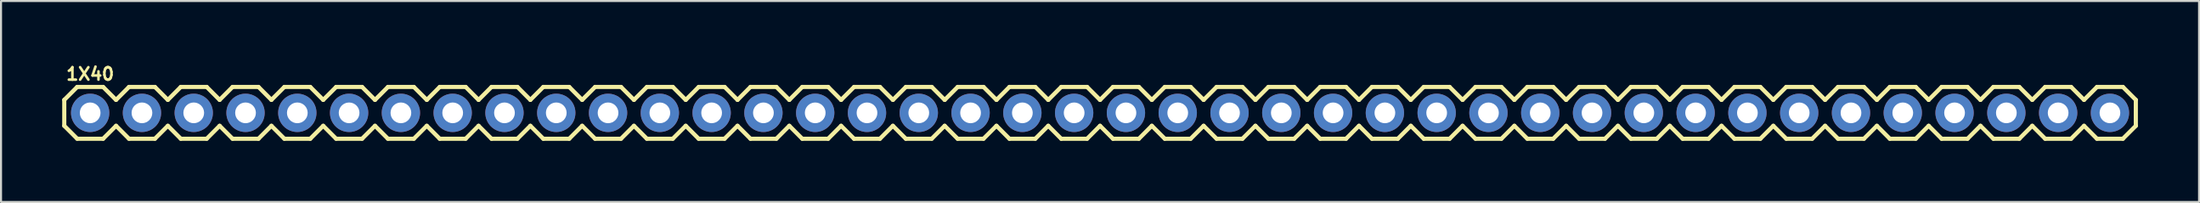
<source format=kicad_pcb>
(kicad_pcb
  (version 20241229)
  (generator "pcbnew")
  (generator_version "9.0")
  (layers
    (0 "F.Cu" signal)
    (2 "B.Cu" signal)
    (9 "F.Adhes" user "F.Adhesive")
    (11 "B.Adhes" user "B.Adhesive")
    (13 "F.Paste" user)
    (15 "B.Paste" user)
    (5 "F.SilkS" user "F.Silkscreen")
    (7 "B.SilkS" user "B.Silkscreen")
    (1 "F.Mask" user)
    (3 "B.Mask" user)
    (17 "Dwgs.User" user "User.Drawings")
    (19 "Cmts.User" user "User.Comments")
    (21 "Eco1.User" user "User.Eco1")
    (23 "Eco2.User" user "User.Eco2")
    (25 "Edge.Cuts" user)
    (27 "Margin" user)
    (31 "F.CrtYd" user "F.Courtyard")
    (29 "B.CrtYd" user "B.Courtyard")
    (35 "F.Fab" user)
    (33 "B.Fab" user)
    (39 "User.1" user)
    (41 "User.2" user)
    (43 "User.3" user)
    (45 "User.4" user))
  (footprint "1X40"
    (layer "F.Cu")
    (at 1.372 2.485)
    (property "Reference" "1X40" (at 0 -1.905 0) (layer "F.SilkS") (effects (font (size 0.61 0.61) (thickness 0.127))))
    (attr exclude_from_pos_files exclude_from_bom)
    (fp_line (start -1.27 -0.635) (end -1.27 0.635) (stroke (width 0.203) (type solid)) (layer "F.SilkS"))
    (fp_line (start -1.27 0.635) (end -0.635 1.27) (stroke (width 0.203) (type solid)) (layer "F.SilkS"))
    (fp_line (start -0.635 -1.27) (end -1.27 -0.635) (stroke (width 0.203) (type solid)) (layer "F.SilkS"))
    (fp_line (start -0.635 -1.27) (end 0.635 -1.27) (stroke (width 0.203) (type solid)) (layer "F.SilkS"))
    (fp_line (start 0.635 -1.27) (end 1.27 -0.635) (stroke (width 0.203) (type solid)) (layer "F.SilkS"))
    (fp_line (start 0.635 1.27) (end -0.635 1.27) (stroke (width 0.203) (type solid)) (layer "F.SilkS"))
    (fp_line (start 1.27 -0.635) (end 1.905 -1.27) (stroke (width 0.203) (type solid)) (layer "F.SilkS"))
    (fp_line (start 1.27 0.635) (end 0.635 1.27) (stroke (width 0.203) (type solid)) (layer "F.SilkS"))
    (fp_line (start 1.905 -1.27) (end 3.175 -1.27) (stroke (width 0.203) (type solid)) (layer "F.SilkS"))
    (fp_line (start 1.905 1.27) (end 1.27 0.635) (stroke (width 0.203) (type solid)) (layer "F.SilkS"))
    (fp_line (start 3.175 -1.27) (end 3.81 -0.635) (stroke (width 0.203) (type solid)) (layer "F.SilkS"))
    (fp_line (start 3.175 1.27) (end 1.905 1.27) (stroke (width 0.203) (type solid)) (layer "F.SilkS"))
    (fp_line (start 3.81 -0.635) (end 4.445 -1.27) (stroke (width 0.203) (type solid)) (layer "F.SilkS"))
    (fp_line (start 3.81 0.635) (end 3.175 1.27) (stroke (width 0.203) (type solid)) (layer "F.SilkS"))
    (fp_line (start 4.445 -1.27) (end 5.715 -1.27) (stroke (width 0.203) (type solid)) (layer "F.SilkS"))
    (fp_line (start 4.445 1.27) (end 3.81 0.635) (stroke (width 0.203) (type solid)) (layer "F.SilkS"))
    (fp_line (start 5.715 -1.27) (end 6.35 -0.635) (stroke (width 0.203) (type solid)) (layer "F.SilkS"))
    (fp_line (start 5.715 1.27) (end 4.445 1.27) (stroke (width 0.203) (type solid)) (layer "F.SilkS"))
    (fp_line (start 6.35 0.635) (end 5.715 1.27) (stroke (width 0.203) (type solid)) (layer "F.SilkS"))
    (fp_line (start 6.35 0.635) (end 6.985 1.27) (stroke (width 0.203) (type solid)) (layer "F.SilkS"))
    (fp_line (start 6.985 -1.27) (end 6.35 -0.635) (stroke (width 0.203) (type solid)) (layer "F.SilkS"))
    (fp_line (start 6.985 -1.27) (end 8.255 -1.27) (stroke (width 0.203) (type solid)) (layer "F.SilkS"))
    (fp_line (start 8.255 -1.27) (end 8.89 -0.635) (stroke (width 0.203) (type solid)) (layer "F.SilkS"))
    (fp_line (start 8.255 1.27) (end 6.985 1.27) (stroke (width 0.203) (type solid)) (layer "F.SilkS"))
    (fp_line (start 8.89 -0.635) (end 9.525 -1.27) (stroke (width 0.203) (type solid)) (layer "F.SilkS"))
    (fp_line (start 8.89 0.635) (end 8.255 1.27) (stroke (width 0.203) (type solid)) (layer "F.SilkS"))
    (fp_line (start 9.525 -1.27) (end 10.795 -1.27) (stroke (width 0.203) (type solid)) (layer "F.SilkS"))
    (fp_line (start 9.525 1.27) (end 8.89 0.635) (stroke (width 0.203) (type solid)) (layer "F.SilkS"))
    (fp_line (start 10.795 -1.27) (end 11.43 -0.635) (stroke (width 0.203) (type solid)) (layer "F.SilkS"))
    (fp_line (start 10.795 1.27) (end 9.525 1.27) (stroke (width 0.203) (type solid)) (layer "F.SilkS"))
    (fp_line (start 11.43 -0.635) (end 12.065 -1.27) (stroke (width 0.203) (type solid)) (layer "F.SilkS"))
    (fp_line (start 11.43 0.635) (end 10.795 1.27) (stroke (width 0.203) (type solid)) (layer "F.SilkS"))
    (fp_line (start 12.065 -1.27) (end 13.335 -1.27) (stroke (width 0.203) (type solid)) (layer "F.SilkS"))
    (fp_line (start 12.065 1.27) (end 11.43 0.635) (stroke (width 0.203) (type solid)) (layer "F.SilkS"))
    (fp_line (start 13.335 -1.27) (end 13.97 -0.635) (stroke (width 0.203) (type solid)) (layer "F.SilkS"))
    (fp_line (start 13.335 1.27) (end 12.065 1.27) (stroke (width 0.203) (type solid)) (layer "F.SilkS"))
    (fp_line (start 13.97 0.635) (end 13.335 1.27) (stroke (width 0.203) (type solid)) (layer "F.SilkS"))
    (fp_line (start 13.97 0.635) (end 14.605 1.27) (stroke (width 0.203) (type solid)) (layer "F.SilkS"))
    (fp_line (start 14.605 -1.27) (end 13.97 -0.635) (stroke (width 0.203) (type solid)) (layer "F.SilkS"))
    (fp_line (start 14.605 -1.27) (end 15.875 -1.27) (stroke (width 0.203) (type solid)) (layer "F.SilkS"))
    (fp_line (start 15.875 -1.27) (end 16.51 -0.635) (stroke (width 0.203) (type solid)) (layer "F.SilkS"))
    (fp_line (start 15.875 1.27) (end 14.605 1.27) (stroke (width 0.203) (type solid)) (layer "F.SilkS"))
    (fp_line (start 16.51 0.635) (end 15.875 1.27) (stroke (width 0.203) (type solid)) (layer "F.SilkS"))
    (fp_line (start 16.51 0.635) (end 17.145 1.27) (stroke (width 0.203) (type solid)) (layer "F.SilkS"))
    (fp_line (start 17.145 -1.27) (end 16.51 -0.635) (stroke (width 0.203) (type solid)) (layer "F.SilkS"))
    (fp_line (start 17.145 -1.27) (end 18.415 -1.27) (stroke (width 0.203) (type solid)) (layer "F.SilkS"))
    (fp_line (start 18.415 -1.27) (end 19.05 -0.635) (stroke (width 0.203) (type solid)) (layer "F.SilkS"))
    (fp_line (start 18.415 1.27) (end 17.145 1.27) (stroke (width 0.203) (type solid)) (layer "F.SilkS"))
    (fp_line (start 19.05 -0.635) (end 19.685 -1.27) (stroke (width 0.203) (type solid)) (layer "F.SilkS"))
    (fp_line (start 19.05 0.635) (end 18.415 1.27) (stroke (width 0.203) (type solid)) (layer "F.SilkS"))
    (fp_line (start 19.685 -1.27) (end 20.955 -1.27) (stroke (width 0.203) (type solid)) (layer "F.SilkS"))
    (fp_line (start 19.685 1.27) (end 19.05 0.635) (stroke (width 0.203) (type solid)) (layer "F.SilkS"))
    (fp_line (start 20.955 -1.27) (end 21.59 -0.635) (stroke (width 0.203) (type solid)) (layer "F.SilkS"))
    (fp_line (start 20.955 1.27) (end 19.685 1.27) (stroke (width 0.203) (type solid)) (layer "F.SilkS"))
    (fp_line (start 21.59 -0.635) (end 22.225 -1.27) (stroke (width 0.203) (type solid)) (layer "F.SilkS"))
    (fp_line (start 21.59 0.635) (end 20.955 1.27) (stroke (width 0.203) (type solid)) (layer "F.SilkS"))
    (fp_line (start 22.225 -1.27) (end 23.495 -1.27) (stroke (width 0.203) (type solid)) (layer "F.SilkS"))
    (fp_line (start 22.225 1.27) (end 21.59 0.635) (stroke (width 0.203) (type solid)) (layer "F.SilkS"))
    (fp_line (start 23.495 -1.27) (end 24.13 -0.635) (stroke (width 0.203) (type solid)) (layer "F.SilkS"))
    (fp_line (start 23.495 1.27) (end 22.225 1.27) (stroke (width 0.203) (type solid)) (layer "F.SilkS"))
    (fp_line (start 24.13 0.635) (end 23.495 1.27) (stroke (width 0.203) (type solid)) (layer "F.SilkS"))
    (fp_line (start 24.13 0.635) (end 24.765 1.27) (stroke (width 0.203) (type solid)) (layer "F.SilkS"))
    (fp_line (start 24.765 -1.27) (end 24.13 -0.635) (stroke (width 0.203) (type solid)) (layer "F.SilkS"))
    (fp_line (start 24.765 -1.27) (end 26.035 -1.27) (stroke (width 0.203) (type solid)) (layer "F.SilkS"))
    (fp_line (start 26.035 -1.27) (end 26.67 -0.635) (stroke (width 0.203) (type solid)) (layer "F.SilkS"))
    (fp_line (start 26.035 1.27) (end 24.765 1.27) (stroke (width 0.203) (type solid)) (layer "F.SilkS"))
    (fp_line (start 26.67 -0.635) (end 27.305 -1.27) (stroke (width 0.203) (type solid)) (layer "F.SilkS"))
    (fp_line (start 26.67 0.635) (end 26.035 1.27) (stroke (width 0.203) (type solid)) (layer "F.SilkS"))
    (fp_line (start 27.305 -1.27) (end 28.575 -1.27) (stroke (width 0.203) (type solid)) (layer "F.SilkS"))
    (fp_line (start 27.305 1.27) (end 26.67 0.635) (stroke (width 0.203) (type solid)) (layer "F.SilkS"))
    (fp_line (start 28.575 -1.27) (end 29.21 -0.635) (stroke (width 0.203) (type solid)) (layer "F.SilkS"))
    (fp_line (start 28.575 1.27) (end 27.305 1.27) (stroke (width 0.203) (type solid)) (layer "F.SilkS"))
    (fp_line (start 29.21 -0.635) (end 29.845 -1.27) (stroke (width 0.203) (type solid)) (layer "F.SilkS"))
    (fp_line (start 29.21 0.635) (end 28.575 1.27) (stroke (width 0.203) (type solid)) (layer "F.SilkS"))
    (fp_line (start 29.845 -1.27) (end 31.115 -1.27) (stroke (width 0.203) (type solid)) (layer "F.SilkS"))
    (fp_line (start 29.845 1.27) (end 29.21 0.635) (stroke (width 0.203) (type solid)) (layer "F.SilkS"))
    (fp_line (start 31.115 -1.27) (end 31.75 -0.635) (stroke (width 0.203) (type solid)) (layer "F.SilkS"))
    (fp_line (start 31.115 1.27) (end 29.845 1.27) (stroke (width 0.203) (type solid)) (layer "F.SilkS"))
    (fp_line (start 31.75 0.635) (end 31.115 1.27) (stroke (width 0.203) (type solid)) (layer "F.SilkS"))
    (fp_line (start 31.75 0.635) (end 32.385 1.27) (stroke (width 0.203) (type solid)) (layer "F.SilkS"))
    (fp_line (start 32.385 -1.27) (end 31.75 -0.635) (stroke (width 0.203) (type solid)) (layer "F.SilkS"))
    (fp_line (start 32.385 -1.27) (end 33.655 -1.27) (stroke (width 0.203) (type solid)) (layer "F.SilkS"))
    (fp_line (start 33.655 -1.27) (end 34.29 -0.635) (stroke (width 0.203) (type solid)) (layer "F.SilkS"))
    (fp_line (start 33.655 1.27) (end 32.385 1.27) (stroke (width 0.203) (type solid)) (layer "F.SilkS"))
    (fp_line (start 34.29 0.635) (end 33.655 1.27) (stroke (width 0.203) (type solid)) (layer "F.SilkS"))
    (fp_line (start 34.29 0.635) (end 34.925 1.27) (stroke (width 0.203) (type solid)) (layer "F.SilkS"))
    (fp_line (start 34.925 -1.27) (end 34.29 -0.635) (stroke (width 0.203) (type solid)) (layer "F.SilkS"))
    (fp_line (start 34.925 -1.27) (end 36.195 -1.27) (stroke (width 0.203) (type solid)) (layer "F.SilkS"))
    (fp_line (start 36.195 -1.27) (end 36.83 -0.635) (stroke (width 0.203) (type solid)) (layer "F.SilkS"))
    (fp_line (start 36.195 1.27) (end 34.925 1.27) (stroke (width 0.203) (type solid)) (layer "F.SilkS"))
    (fp_line (start 36.83 0.635) (end 36.195 1.27) (stroke (width 0.203) (type solid)) (layer "F.SilkS"))
    (fp_line (start 36.83 0.635) (end 37.465 1.27) (stroke (width 0.203) (type solid)) (layer "F.SilkS"))
    (fp_line (start 37.465 -1.27) (end 36.83 -0.635) (stroke (width 0.203) (type solid)) (layer "F.SilkS"))
    (fp_line (start 37.465 -1.27) (end 38.735 -1.27) (stroke (width 0.203) (type solid)) (layer "F.SilkS"))
    (fp_line (start 38.735 -1.27) (end 39.37 -0.635) (stroke (width 0.203) (type solid)) (layer "F.SilkS"))
    (fp_line (start 38.735 1.27) (end 37.465 1.27) (stroke (width 0.203) (type solid)) (layer "F.SilkS"))
    (fp_line (start 39.37 0.635) (end 38.735 1.27) (stroke (width 0.203) (type solid)) (layer "F.SilkS"))
    (fp_line (start 39.37 0.635) (end 40.005 1.27) (stroke (width 0.203) (type solid)) (layer "F.SilkS"))
    (fp_line (start 40.005 -1.27) (end 39.37 -0.635) (stroke (width 0.203) (type solid)) (layer "F.SilkS"))
    (fp_line (start 40.005 -1.27) (end 41.275 -1.27) (stroke (width 0.203) (type solid)) (layer "F.SilkS"))
    (fp_line (start 41.275 -1.27) (end 41.91 -0.635) (stroke (width 0.203) (type solid)) (layer "F.SilkS"))
    (fp_line (start 41.275 1.27) (end 40.005 1.27) (stroke (width 0.203) (type solid)) (layer "F.SilkS"))
    (fp_line (start 41.91 0.635) (end 41.275 1.27) (stroke (width 0.203) (type solid)) (layer "F.SilkS"))
    (fp_line (start 41.91 0.635) (end 42.545 1.27) (stroke (width 0.203) (type solid)) (layer "F.SilkS"))
    (fp_line (start 42.545 -1.27) (end 41.91 -0.635) (stroke (width 0.203) (type solid)) (layer "F.SilkS"))
    (fp_line (start 42.545 -1.27) (end 43.815 -1.27) (stroke (width 0.203) (type solid)) (layer "F.SilkS"))
    (fp_line (start 43.815 -1.27) (end 44.45 -0.635) (stroke (width 0.203) (type solid)) (layer "F.SilkS"))
    (fp_line (start 43.815 1.27) (end 42.545 1.27) (stroke (width 0.203) (type solid)) (layer "F.SilkS"))
    (fp_line (start 44.45 0.635) (end 43.815 1.27) (stroke (width 0.203) (type solid)) (layer "F.SilkS"))
    (fp_line (start 44.45 0.635) (end 45.085 1.27) (stroke (width 0.203) (type solid)) (layer "F.SilkS"))
    (fp_line (start 45.085 -1.27) (end 44.45 -0.635) (stroke (width 0.203) (type solid)) (layer "F.SilkS"))
    (fp_line (start 45.085 -1.27) (end 46.355 -1.27) (stroke (width 0.203) (type solid)) (layer "F.SilkS"))
    (fp_line (start 46.355 -1.27) (end 46.99 -0.635) (stroke (width 0.203) (type solid)) (layer "F.SilkS"))
    (fp_line (start 46.355 1.27) (end 45.085 1.27) (stroke (width 0.203) (type solid)) (layer "F.SilkS"))
    (fp_line (start 46.99 0.635) (end 46.355 1.27) (stroke (width 0.203) (type solid)) (layer "F.SilkS"))
    (fp_line (start 46.99 0.635) (end 47.625 1.27) (stroke (width 0.203) (type solid)) (layer "F.SilkS"))
    (fp_line (start 47.625 -1.27) (end 46.99 -0.635) (stroke (width 0.203) (type solid)) (layer "F.SilkS"))
    (fp_line (start 47.625 -1.27) (end 48.895 -1.27) (stroke (width 0.203) (type solid)) (layer "F.SilkS"))
    (fp_line (start 48.895 -1.27) (end 49.53 -0.635) (stroke (width 0.203) (type solid)) (layer "F.SilkS"))
    (fp_line (start 48.895 1.27) (end 47.625 1.27) (stroke (width 0.203) (type solid)) (layer "F.SilkS"))
    (fp_line (start 49.53 0.635) (end 48.895 1.27) (stroke (width 0.203) (type solid)) (layer "F.SilkS"))
    (fp_line (start 49.53 0.635) (end 50.165 1.27) (stroke (width 0.203) (type solid)) (layer "F.SilkS"))
    (fp_line (start 50.165 -1.27) (end 49.53 -0.635) (stroke (width 0.203) (type solid)) (layer "F.SilkS"))
    (fp_line (start 50.165 -1.27) (end 51.435 -1.27) (stroke (width 0.203) (type solid)) (layer "F.SilkS"))
    (fp_line (start 51.435 -1.27) (end 52.07 -0.635) (stroke (width 0.203) (type solid)) (layer "F.SilkS"))
    (fp_line (start 51.435 1.27) (end 50.165 1.27) (stroke (width 0.203) (type solid)) (layer "F.SilkS"))
    (fp_line (start 52.07 0.635) (end 51.435 1.27) (stroke (width 0.203) (type solid)) (layer "F.SilkS"))
    (fp_line (start 52.07 0.635) (end 52.705 1.27) (stroke (width 0.203) (type solid)) (layer "F.SilkS"))
    (fp_line (start 52.705 -1.27) (end 52.07 -0.635) (stroke (width 0.203) (type solid)) (layer "F.SilkS"))
    (fp_line (start 52.705 -1.27) (end 53.975 -1.27) (stroke (width 0.203) (type solid)) (layer "F.SilkS"))
    (fp_line (start 53.975 -1.27) (end 54.61 -0.635) (stroke (width 0.203) (type solid)) (layer "F.SilkS"))
    (fp_line (start 53.975 1.27) (end 52.705 1.27) (stroke (width 0.203) (type solid)) (layer "F.SilkS"))
    (fp_line (start 54.61 0.635) (end 53.975 1.27) (stroke (width 0.203) (type solid)) (layer "F.SilkS"))
    (fp_line (start 54.61 0.635) (end 55.245 1.27) (stroke (width 0.203) (type solid)) (layer "F.SilkS"))
    (fp_line (start 55.245 -1.27) (end 54.61 -0.635) (stroke (width 0.203) (type solid)) (layer "F.SilkS"))
    (fp_line (start 55.245 -1.27) (end 56.515 -1.27) (stroke (width 0.203) (type solid)) (layer "F.SilkS"))
    (fp_line (start 56.515 -1.27) (end 57.15 -0.635) (stroke (width 0.203) (type solid)) (layer "F.SilkS"))
    (fp_line (start 56.515 1.27) (end 55.245 1.27) (stroke (width 0.203) (type solid)) (layer "F.SilkS"))
    (fp_line (start 57.15 -0.635) (end 57.785 -1.27) (stroke (width 0.203) (type solid)) (layer "F.SilkS"))
    (fp_line (start 57.15 0.635) (end 56.515 1.27) (stroke (width 0.203) (type solid)) (layer "F.SilkS"))
    (fp_line (start 57.15 0.635) (end 57.785 1.27) (stroke (width 0.203) (type solid)) (layer "F.SilkS"))
    (fp_line (start 57.785 -1.27) (end 59.055 -1.27) (stroke (width 0.203) (type solid)) (layer "F.SilkS"))
    (fp_line (start 59.055 -1.27) (end 59.69 -0.635) (stroke (width 0.203) (type solid)) (layer "F.SilkS"))
    (fp_line (start 59.055 1.27) (end 57.785 1.27) (stroke (width 0.203) (type solid)) (layer "F.SilkS"))
    (fp_line (start 59.69 0.635) (end 59.055 1.27) (stroke (width 0.203) (type solid)) (layer "F.SilkS"))
    (fp_line (start 59.69 0.635) (end 60.325 1.27) (stroke (width 0.203) (type solid)) (layer "F.SilkS"))
    (fp_line (start 60.325 -1.27) (end 59.69 -0.635) (stroke (width 0.203) (type solid)) (layer "F.SilkS"))
    (fp_line (start 60.325 -1.27) (end 61.595 -1.27) (stroke (width 0.203) (type solid)) (layer "F.SilkS"))
    (fp_line (start 61.595 -1.27) (end 62.23 -0.635) (stroke (width 0.203) (type solid)) (layer "F.SilkS"))
    (fp_line (start 61.595 1.27) (end 60.325 1.27) (stroke (width 0.203) (type solid)) (layer "F.SilkS"))
    (fp_line (start 62.23 -0.635) (end 62.865 -1.27) (stroke (width 0.203) (type solid)) (layer "F.SilkS"))
    (fp_line (start 62.23 0.635) (end 61.595 1.27) (stroke (width 0.203) (type solid)) (layer "F.SilkS"))
    (fp_line (start 62.23 0.635) (end 62.865 1.27) (stroke (width 0.203) (type solid)) (layer "F.SilkS"))
    (fp_line (start 62.865 -1.27) (end 64.135 -1.27) (stroke (width 0.203) (type solid)) (layer "F.SilkS"))
    (fp_line (start 64.135 -1.27) (end 64.77 -0.635) (stroke (width 0.203) (type solid)) (layer "F.SilkS"))
    (fp_line (start 64.135 1.27) (end 62.865 1.27) (stroke (width 0.203) (type solid)) (layer "F.SilkS"))
    (fp_line (start 64.77 0.635) (end 64.135 1.27) (stroke (width 0.203) (type solid)) (layer "F.SilkS"))
    (fp_line (start 64.77 0.635) (end 65.405 1.27) (stroke (width 0.203) (type solid)) (layer "F.SilkS"))
    (fp_line (start 65.405 -1.27) (end 64.77 -0.635) (stroke (width 0.203) (type solid)) (layer "F.SilkS"))
    (fp_line (start 65.405 -1.27) (end 66.675 -1.27) (stroke (width 0.203) (type solid)) (layer "F.SilkS"))
    (fp_line (start 66.675 -1.27) (end 67.31 -0.635) (stroke (width 0.203) (type solid)) (layer "F.SilkS"))
    (fp_line (start 66.675 1.27) (end 65.405 1.27) (stroke (width 0.203) (type solid)) (layer "F.SilkS"))
    (fp_line (start 67.31 -0.635) (end 67.945 -1.27) (stroke (width 0.203) (type solid)) (layer "F.SilkS"))
    (fp_line (start 67.31 0.635) (end 66.675 1.27) (stroke (width 0.203) (type solid)) (layer "F.SilkS"))
    (fp_line (start 67.31 0.635) (end 67.945 1.27) (stroke (width 0.203) (type solid)) (layer "F.SilkS"))
    (fp_line (start 67.945 -1.27) (end 69.215 -1.27) (stroke (width 0.203) (type solid)) (layer "F.SilkS"))
    (fp_line (start 69.215 -1.27) (end 69.85 -0.635) (stroke (width 0.203) (type solid)) (layer "F.SilkS"))
    (fp_line (start 69.215 1.27) (end 67.945 1.27) (stroke (width 0.203) (type solid)) (layer "F.SilkS"))
    (fp_line (start 69.85 0.635) (end 69.215 1.27) (stroke (width 0.203) (type solid)) (layer "F.SilkS"))
    (fp_line (start 69.85 0.635) (end 70.485 1.27) (stroke (width 0.203) (type solid)) (layer "F.SilkS"))
    (fp_line (start 70.485 -1.27) (end 69.85 -0.635) (stroke (width 0.203) (type solid)) (layer "F.SilkS"))
    (fp_line (start 70.485 -1.27) (end 71.755 -1.27) (stroke (width 0.203) (type solid)) (layer "F.SilkS"))
    (fp_line (start 71.755 -1.27) (end 72.39 -0.635) (stroke (width 0.203) (type solid)) (layer "F.SilkS"))
    (fp_line (start 71.755 1.27) (end 70.485 1.27) (stroke (width 0.203) (type solid)) (layer "F.SilkS"))
    (fp_line (start 72.39 0.635) (end 71.755 1.27) (stroke (width 0.203) (type solid)) (layer "F.SilkS"))
    (fp_line (start 72.39 0.635) (end 73.025 1.27) (stroke (width 0.203) (type solid)) (layer "F.SilkS"))
    (fp_line (start 73.025 -1.27) (end 72.39 -0.635) (stroke (width 0.203) (type solid)) (layer "F.SilkS"))
    (fp_line (start 73.025 -1.27) (end 74.295 -1.27) (stroke (width 0.203) (type solid)) (layer "F.SilkS"))
    (fp_line (start 74.295 -1.27) (end 74.93 -0.635) (stroke (width 0.203) (type solid)) (layer "F.SilkS"))
    (fp_line (start 74.295 1.27) (end 73.025 1.27) (stroke (width 0.203) (type solid)) (layer "F.SilkS"))
    (fp_line (start 74.93 0.635) (end 74.295 1.27) (stroke (width 0.203) (type solid)) (layer "F.SilkS"))
    (fp_line (start 74.93 0.635) (end 75.565 1.27) (stroke (width 0.203) (type solid)) (layer "F.SilkS"))
    (fp_line (start 75.565 -1.27) (end 74.93 -0.635) (stroke (width 0.203) (type solid)) (layer "F.SilkS"))
    (fp_line (start 75.565 -1.27) (end 76.835 -1.27) (stroke (width 0.203) (type solid)) (layer "F.SilkS"))
    (fp_line (start 76.835 -1.27) (end 77.47 -0.635) (stroke (width 0.203) (type solid)) (layer "F.SilkS"))
    (fp_line (start 76.835 1.27) (end 75.565 1.27) (stroke (width 0.203) (type solid)) (layer "F.SilkS"))
    (fp_line (start 77.47 -0.635) (end 78.105 -1.27) (stroke (width 0.203) (type solid)) (layer "F.SilkS"))
    (fp_line (start 77.47 0.635) (end 76.835 1.27) (stroke (width 0.203) (type solid)) (layer "F.SilkS"))
    (fp_line (start 78.105 -1.27) (end 79.375 -1.27) (stroke (width 0.203) (type solid)) (layer "F.SilkS"))
    (fp_line (start 78.105 1.27) (end 77.47 0.635) (stroke (width 0.203) (type solid)) (layer "F.SilkS"))
    (fp_line (start 79.375 -1.27) (end 80.01 -0.635) (stroke (width 0.203) (type solid)) (layer "F.SilkS"))
    (fp_line (start 79.375 1.27) (end 78.105 1.27) (stroke (width 0.203) (type solid)) (layer "F.SilkS"))
    (fp_line (start 80.01 -0.635) (end 80.645 -1.27) (stroke (width 0.203) (type solid)) (layer "F.SilkS"))
    (fp_line (start 80.01 0.635) (end 79.375 1.27) (stroke (width 0.203) (type solid)) (layer "F.SilkS"))
    (fp_line (start 80.645 -1.27) (end 81.915 -1.27) (stroke (width 0.203) (type solid)) (layer "F.SilkS"))
    (fp_line (start 80.645 1.27) (end 80.01 0.635) (stroke (width 0.203) (type solid)) (layer "F.SilkS"))
    (fp_line (start 81.915 -1.27) (end 82.55 -0.635) (stroke (width 0.203) (type solid)) (layer "F.SilkS"))
    (fp_line (start 81.915 1.27) (end 80.645 1.27) (stroke (width 0.203) (type solid)) (layer "F.SilkS"))
    (fp_line (start 82.55 0.635) (end 81.915 1.27) (stroke (width 0.203) (type solid)) (layer "F.SilkS"))
    (fp_line (start 82.55 0.635) (end 83.185 1.27) (stroke (width 0.203) (type solid)) (layer "F.SilkS"))
    (fp_line (start 83.185 -1.27) (end 82.55 -0.635) (stroke (width 0.203) (type solid)) (layer "F.SilkS"))
    (fp_line (start 83.185 -1.27) (end 84.455 -1.27) (stroke (width 0.203) (type solid)) (layer "F.SilkS"))
    (fp_line (start 84.455 -1.27) (end 85.09 -0.635) (stroke (width 0.203) (type solid)) (layer "F.SilkS"))
    (fp_line (start 84.455 1.27) (end 83.185 1.27) (stroke (width 0.203) (type solid)) (layer "F.SilkS"))
    (fp_line (start 85.09 -0.635) (end 85.725 -1.27) (stroke (width 0.203) (type solid)) (layer "F.SilkS"))
    (fp_line (start 85.09 0.635) (end 84.455 1.27) (stroke (width 0.203) (type solid)) (layer "F.SilkS"))
    (fp_line (start 85.725 -1.27) (end 86.995 -1.27) (stroke (width 0.203) (type solid)) (layer "F.SilkS"))
    (fp_line (start 85.725 1.27) (end 85.09 0.635) (stroke (width 0.203) (type solid)) (layer "F.SilkS"))
    (fp_line (start 86.995 -1.27) (end 87.63 -0.635) (stroke (width 0.203) (type solid)) (layer "F.SilkS"))
    (fp_line (start 86.995 1.27) (end 85.725 1.27) (stroke (width 0.203) (type solid)) (layer "F.SilkS"))
    (fp_line (start 87.63 -0.635) (end 88.265 -1.27) (stroke (width 0.203) (type solid)) (layer "F.SilkS"))
    (fp_line (start 87.63 0.635) (end 86.995 1.27) (stroke (width 0.203) (type solid)) (layer "F.SilkS"))
    (fp_line (start 88.265 -1.27) (end 89.535 -1.27) (stroke (width 0.203) (type solid)) (layer "F.SilkS"))
    (fp_line (start 88.265 1.27) (end 87.63 0.635) (stroke (width 0.203) (type solid)) (layer "F.SilkS"))
    (fp_line (start 89.535 -1.27) (end 90.17 -0.635) (stroke (width 0.203) (type solid)) (layer "F.SilkS"))
    (fp_line (start 89.535 1.27) (end 88.265 1.27) (stroke (width 0.203) (type solid)) (layer "F.SilkS"))
    (fp_line (start 90.17 0.635) (end 89.535 1.27) (stroke (width 0.203) (type solid)) (layer "F.SilkS"))
    (fp_line (start 90.17 0.635) (end 90.805 1.27) (stroke (width 0.203) (type solid)) (layer "F.SilkS"))
    (fp_line (start 90.805 -1.27) (end 90.17 -0.635) (stroke (width 0.203) (type solid)) (layer "F.SilkS"))
    (fp_line (start 90.805 -1.27) (end 92.075 -1.27) (stroke (width 0.203) (type solid)) (layer "F.SilkS"))
    (fp_line (start 92.075 -1.27) (end 92.71 -0.635) (stroke (width 0.203) (type solid)) (layer "F.SilkS"))
    (fp_line (start 92.075 1.27) (end 90.805 1.27) (stroke (width 0.203) (type solid)) (layer "F.SilkS"))
    (fp_line (start 92.71 0.635) (end 92.075 1.27) (stroke (width 0.203) (type solid)) (layer "F.SilkS"))
    (fp_line (start 92.71 0.635) (end 93.345 1.27) (stroke (width 0.203) (type solid)) (layer "F.SilkS"))
    (fp_line (start 93.345 -1.27) (end 92.71 -0.635) (stroke (width 0.203) (type solid)) (layer "F.SilkS"))
    (fp_line (start 93.345 -1.27) (end 94.615 -1.27) (stroke (width 0.203) (type solid)) (layer "F.SilkS"))
    (fp_line (start 94.615 -1.27) (end 95.25 -0.635) (stroke (width 0.203) (type solid)) (layer "F.SilkS"))
    (fp_line (start 94.615 1.27) (end 93.345 1.27) (stroke (width 0.203) (type solid)) (layer "F.SilkS"))
    (fp_line (start 95.25 -0.635) (end 95.885 -1.27) (stroke (width 0.203) (type solid)) (layer "F.SilkS"))
    (fp_line (start 95.25 0.635) (end 94.615 1.27) (stroke (width 0.203) (type solid)) (layer "F.SilkS"))
    (fp_line (start 95.885 -1.27) (end 97.155 -1.27) (stroke (width 0.203) (type solid)) (layer "F.SilkS"))
    (fp_line (start 95.885 1.27) (end 95.25 0.635) (stroke (width 0.203) (type solid)) (layer "F.SilkS"))
    (fp_line (start 97.155 -1.27) (end 97.79 -0.635) (stroke (width 0.203) (type solid)) (layer "F.SilkS"))
    (fp_line (start 97.155 1.27) (end 95.885 1.27) (stroke (width 0.203) (type solid)) (layer "F.SilkS"))
    (fp_line (start 97.79 -0.635) (end 98.425 -1.27) (stroke (width 0.203) (type solid)) (layer "F.SilkS"))
    (fp_line (start 97.79 0.635) (end 97.155 1.27) (stroke (width 0.203) (type solid)) (layer "F.SilkS"))
    (fp_line (start 98.425 -1.27) (end 99.695 -1.27) (stroke (width 0.203) (type solid)) (layer "F.SilkS"))
    (fp_line (start 98.425 1.27) (end 97.79 0.635) (stroke (width 0.203) (type solid)) (layer "F.SilkS"))
    (fp_line (start 99.695 -1.27) (end 100.33 -0.635) (stroke (width 0.203) (type solid)) (layer "F.SilkS"))
    (fp_line (start 99.695 1.27) (end 98.425 1.27) (stroke (width 0.203) (type solid)) (layer "F.SilkS"))
    (fp_line (start 100.33 -0.635) (end 100.33 0.635) (stroke (width 0.203) (type solid)) (layer "F.SilkS"))
    (fp_line (start 100.33 0.635) (end 99.695 1.27) (stroke (width 0.203) (type solid)) (layer "F.SilkS"))
    (pad "1" thru_hole circle (at 0 0) (size 1.88 1.88) (drill 1.016) (layers "*.Cu" "*.Paste" "*.Mask"))
    (pad "2" thru_hole circle (at 2.54 0) (size 1.88 1.88) (drill 1.016) (layers "*.Cu" "*.Paste" "*.Mask"))
    (pad "3" thru_hole circle (at 5.08 0) (size 1.88 1.88) (drill 1.016) (layers "*.Cu" "*.Paste" "*.Mask"))
    (pad "4" thru_hole circle (at 7.62 0) (size 1.88 1.88) (drill 1.016) (layers "*.Cu" "*.Paste" "*.Mask"))
    (pad "5" thru_hole circle (at 10.16 0) (size 1.88 1.88) (drill 1.016) (layers "*.Cu" "*.Paste" "*.Mask"))
    (pad "6" thru_hole circle (at 12.7 0) (size 1.88 1.88) (drill 1.016) (layers "*.Cu" "*.Paste" "*.Mask"))
    (pad "7" thru_hole circle (at 15.24 0) (size 1.88 1.88) (drill 1.016) (layers "*.Cu" "*.Paste" "*.Mask"))
    (pad "8" thru_hole circle (at 17.78 0) (size 1.88 1.88) (drill 1.016) (layers "*.Cu" "*.Paste" "*.Mask"))
    (pad "9" thru_hole circle (at 20.32 0) (size 1.88 1.88) (drill 1.016) (layers "*.Cu" "*.Paste" "*.Mask"))
    (pad "10" thru_hole circle (at 22.86 0) (size 1.88 1.88) (drill 1.016) (layers "*.Cu" "*.Paste" "*.Mask"))
    (pad "11" thru_hole circle (at 25.4 0) (size 1.88 1.88) (drill 1.016) (layers "*.Cu" "*.Paste" "*.Mask"))
    (pad "12" thru_hole circle (at 27.94 0) (size 1.88 1.88) (drill 1.016) (layers "*.Cu" "*.Paste" "*.Mask"))
    (pad "13" thru_hole circle (at 30.48 0) (size 1.88 1.88) (drill 1.016) (layers "*.Cu" "*.Paste" "*.Mask"))
    (pad "14" thru_hole circle (at 33.02 0) (size 1.88 1.88) (drill 1.016) (layers "*.Cu" "*.Paste" "*.Mask"))
    (pad "15" thru_hole circle (at 35.56 0) (size 1.88 1.88) (drill 1.016) (layers "*.Cu" "*.Paste" "*.Mask"))
    (pad "16" thru_hole circle (at 38.1 0) (size 1.88 1.88) (drill 1.016) (layers "*.Cu" "*.Paste" "*.Mask"))
    (pad "17" thru_hole circle (at 40.64 0) (size 1.88 1.88) (drill 1.016) (layers "*.Cu" "*.Paste" "*.Mask"))
    (pad "18" thru_hole circle (at 43.18 0) (size 1.88 1.88) (drill 1.016) (layers "*.Cu" "*.Paste" "*.Mask"))
    (pad "19" thru_hole circle (at 45.72 0) (size 1.88 1.88) (drill 1.016) (layers "*.Cu" "*.Paste" "*.Mask"))
    (pad "20" thru_hole circle (at 48.26 0) (size 1.88 1.88) (drill 1.016) (layers "*.Cu" "*.Paste" "*.Mask"))
    (pad "21" thru_hole circle (at 50.8 0) (size 1.88 1.88) (drill 1.016) (layers "*.Cu" "*.Paste" "*.Mask"))
    (pad "22" thru_hole circle (at 53.34 0) (size 1.88 1.88) (drill 1.016) (layers "*.Cu" "*.Paste" "*.Mask"))
    (pad "23" thru_hole circle (at 55.88 0) (size 1.88 1.88) (drill 1.016) (layers "*.Cu" "*.Paste" "*.Mask"))
    (pad "24" thru_hole circle (at 58.42 0) (size 1.88 1.88) (drill 1.016) (layers "*.Cu" "*.Paste" "*.Mask"))
    (pad "25" thru_hole circle (at 60.96 0) (size 1.88 1.88) (drill 1.016) (layers "*.Cu" "*.Paste" "*.Mask"))
    (pad "26" thru_hole circle (at 63.5 0) (size 1.88 1.88) (drill 1.016) (layers "*.Cu" "*.Paste" "*.Mask"))
    (pad "27" thru_hole circle (at 66.04 0) (size 1.88 1.88) (drill 1.016) (layers "*.Cu" "*.Paste" "*.Mask"))
    (pad "28" thru_hole circle (at 68.58 0) (size 1.88 1.88) (drill 1.016) (layers "*.Cu" "*.Paste" "*.Mask"))
    (pad "29" thru_hole circle (at 71.12 0) (size 1.88 1.88) (drill 1.016) (layers "*.Cu" "*.Paste" "*.Mask"))
    (pad "30" thru_hole circle (at 73.66 0) (size 1.88 1.88) (drill 1.016) (layers "*.Cu" "*.Paste" "*.Mask"))
    (pad "31" thru_hole circle (at 76.2 0) (size 1.88 1.88) (drill 1.016) (layers "*.Cu" "*.Paste" "*.Mask"))
    (pad "32" thru_hole circle (at 78.74 0) (size 1.88 1.88) (drill 1.016) (layers "*.Cu" "*.Paste" "*.Mask"))
    (pad "33" thru_hole circle (at 81.28 0) (size 1.88 1.88) (drill 1.016) (layers "*.Cu" "*.Paste" "*.Mask"))
    (pad "34" thru_hole circle (at 83.82 0) (size 1.88 1.88) (drill 1.016) (layers "*.Cu" "*.Paste" "*.Mask"))
    (pad "35" thru_hole circle (at 86.36 0) (size 1.88 1.88) (drill 1.016) (layers "*.Cu" "*.Paste" "*.Mask"))
    (pad "36" thru_hole circle (at 88.9 0) (size 1.88 1.88) (drill 1.016) (layers "*.Cu" "*.Paste" "*.Mask"))
    (pad "37" thru_hole circle (at 91.44 0) (size 1.88 1.88) (drill 1.016) (layers "*.Cu" "*.Paste" "*.Mask"))
    (pad "38" thru_hole circle (at 93.98 0) (size 1.88 1.88) (drill 1.016) (layers "*.Cu" "*.Paste" "*.Mask"))
    (pad "39" thru_hole circle (at 96.52 0) (size 1.88 1.88) (drill 1.016) (layers "*.Cu" "*.Paste" "*.Mask"))
    (pad "40" thru_hole circle (at 99.06 0) (size 1.88 1.88) (drill 1.016) (layers "*.Cu" "*.Paste" "*.Mask")))
  (gr_rect
    (start -3 -3)
    (end 104.803 6.856)
    (stroke (width 0.1) (type default))
    (fill no)
    (layer "Edge.Cuts")))
</source>
